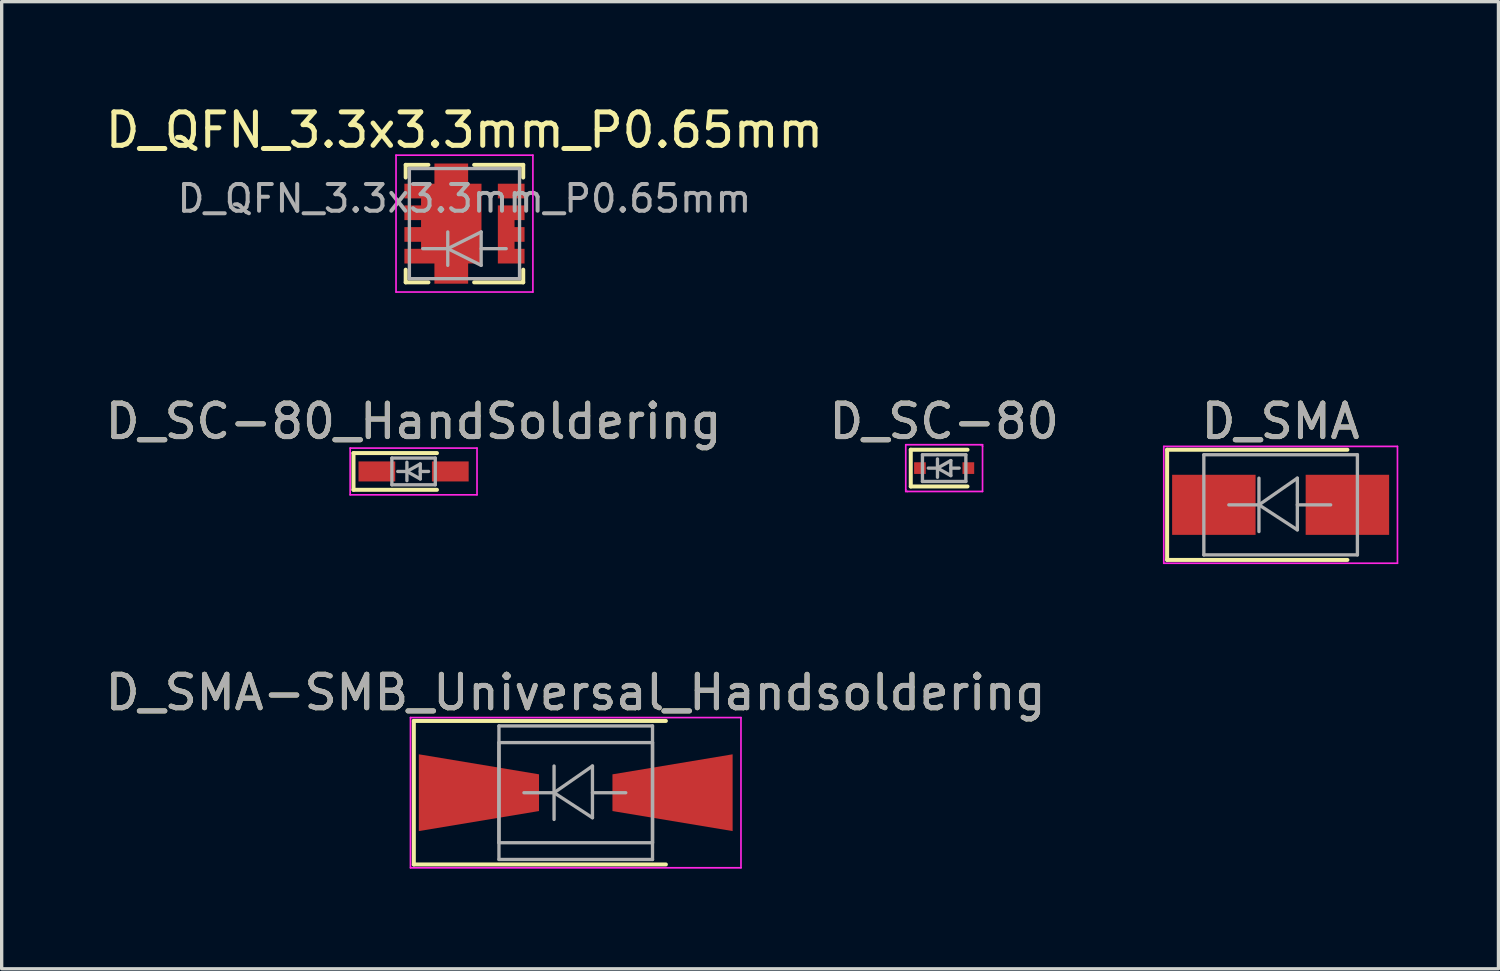
<source format=kicad_pcb>
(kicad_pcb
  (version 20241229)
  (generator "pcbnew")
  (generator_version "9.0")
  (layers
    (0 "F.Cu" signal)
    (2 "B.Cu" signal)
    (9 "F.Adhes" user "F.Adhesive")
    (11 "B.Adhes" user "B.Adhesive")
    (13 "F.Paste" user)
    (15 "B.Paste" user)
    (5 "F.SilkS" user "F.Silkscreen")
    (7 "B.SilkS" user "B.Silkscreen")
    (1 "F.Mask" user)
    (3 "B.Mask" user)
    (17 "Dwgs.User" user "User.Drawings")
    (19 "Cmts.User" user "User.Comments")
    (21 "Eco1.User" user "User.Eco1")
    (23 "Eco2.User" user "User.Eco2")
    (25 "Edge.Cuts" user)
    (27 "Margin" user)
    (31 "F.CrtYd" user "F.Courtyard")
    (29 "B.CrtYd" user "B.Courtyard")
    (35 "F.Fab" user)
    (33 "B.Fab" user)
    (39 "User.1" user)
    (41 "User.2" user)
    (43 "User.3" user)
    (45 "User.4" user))
  (footprint "D_QFN_3.3x3.3mm_P0.65mm"
    (layer "F.Cu")
    (at 10.863 3.648)
    (property "Reference" "D_QFN_3.3x3.3mm_P0.65mm" (at 0 -2.8 0) (layer "F.SilkS") (effects (font (size 1 1) (thickness 0.15))))
    (attr smd)
    (fp_line (start -1.76 -1.76) (end -1.76 -1.38) (stroke (width 0.12) (type solid)) (layer "F.SilkS"))
    (fp_line (start -1.76 -1.76) (end -1.08 -1.76) (stroke (width 0.12) (type solid)) (layer "F.SilkS"))
    (fp_line (start -1.76 1.76) (end -1.76 1.38) (stroke (width 0.12) (type solid)) (layer "F.SilkS"))
    (fp_line (start -1.76 1.76) (end -1.08 1.76) (stroke (width 0.12) (type solid)) (layer "F.SilkS"))
    (fp_line (start 0.29 -1.76) (end 1.76 -1.76) (stroke (width 0.12) (type solid)) (layer "F.SilkS"))
    (fp_line (start 0.29 1.76) (end 1.76 1.76) (stroke (width 0.12) (type solid)) (layer "F.SilkS"))
    (fp_line (start 1.76 -1.76) (end 1.76 -1.38) (stroke (width 0.12) (type solid)) (layer "F.SilkS"))
    (fp_line (start 1.76 1.76) (end 1.76 1.38) (stroke (width 0.12) (type solid)) (layer "F.SilkS"))
    (fp_line (start -2.05 -2.05) (end 2.05 -2.05) (stroke (width 0.05) (type solid)) (layer "F.CrtYd"))
    (fp_line (start -2.05 2.05) (end -2.05 -2.05) (stroke (width 0.05) (type solid)) (layer "F.CrtYd"))
    (fp_line (start -2.05 2.05) (end 2.05 2.05) (stroke (width 0.05) (type solid)) (layer "F.CrtYd"))
    (fp_line (start 2.05 2.05) (end 2.05 -2.05) (stroke (width 0.05) (type solid)) (layer "F.CrtYd"))
    (fp_line (start -1.65 -1.65) (end 1.65 -1.65) (stroke (width 0.1) (type solid)) (layer "F.Fab"))
    (fp_line (start -1.65 1.65) (end -1.65 -1.65) (stroke (width 0.1) (type solid)) (layer "F.Fab"))
    (fp_line (start -0.5 0.25) (end -0.5 1.25) (stroke (width 0.1) (type solid)) (layer "F.Fab"))
    (fp_line (start -0.5 0.75) (end -1.25 0.75) (stroke (width 0.1) (type solid)) (layer "F.Fab"))
    (fp_line (start -0.5 0.75) (end 0.5 0.25) (stroke (width 0.1) (type solid)) (layer "F.Fab"))
    (fp_line (start 0.5 0.25) (end 0.5 1.25) (stroke (width 0.1) (type solid)) (layer "F.Fab"))
    (fp_line (start 0.5 0.75) (end 1.25 0.75) (stroke (width 0.1) (type solid)) (layer "F.Fab"))
    (fp_line (start 0.5 1.25) (end -0.5 0.75) (stroke (width 0.1) (type solid)) (layer "F.Fab"))
    (fp_line (start 1.65 -1.65) (end 1.65 1.65) (stroke (width 0.1) (type solid)) (layer "F.Fab"))
    (fp_line (start 1.65 1.65) (end -1.65 1.65) (stroke (width 0.1) (type solid)) (layer "F.Fab"))
    (fp_text user "${REFERENCE}" (at 0 -0.75 0) (layer "F.Fab") (effects (font (size 0.8 0.8) (thickness 0.12))))
    (pad "" smd rect (at 1.4 -0.975) (size 0.8 0.44) (layers "F.Cu" "F.Mask" "F.Paste"))
    (pad "1" smd custom (at -0.645 0) (size 0.5 0.5) (layers "F.Cu" "F.Mask" "F.Paste") (options (anchor rect)) (primitives (gr_poly (pts (xy 0.755 -1.195) (xy 1.155 -1.195) (xy 1.155 1.195) (xy 0.755 1.195) (xy 0.755 1.8) (xy -0.255 1.8) (xy -0.255 1.195) (xy -1.155 1.195) (xy -1.155 0.755) (xy -0.655 0.755) (xy -0.655 0.545) (xy -1.155 0.545) (xy -1.155 0.105) (xy -0.655 0.105) (xy -0.655 -0.105) (xy -1.155 -0.105) (xy -1.155 -0.545) (xy -0.655 -0.545) (xy -0.655 -0.755) (xy -1.155 -0.755) (xy -1.155 -1.195) (xy -0.255 -1.195) (xy -0.255 -1.8) (xy 0.755 -1.8)) (width 0) (fill yes))))
    (pad "2" smd custom (at 1.4 0.325) (size 0.4 0.4) (layers "F.Cu" "F.Mask" "F.Paste") (options (anchor rect)) (primitives (gr_poly (pts (xy 0.4 -0.43) (xy 0.1 -0.43) (xy 0.1 -0.22) (xy 0.4 -0.22) (xy 0.4 0.22) (xy 0.1 0.22) (xy 0.1 0.43) (xy 0.4 0.43) (xy 0.4 0.87) (xy -0.4 0.87) (xy -0.4 -0.87) (xy 0.4 -0.87)) (width 0) (fill yes)))))
  (footprint "D_SMA"
    (layer "F.Cu")
    (at 35.311 12.072)
    (property "Reference" "D_SMA" (at 0 -2.5 0) (layer "F.SilkS") (effects (font (size 1 1) (thickness 0.15))))
    (attr smd)
    (fp_line (start -3.4 -1.65) (end -3.4 1.65) (stroke (width 0.12) (type solid)) (layer "F.SilkS"))
    (fp_line (start -3.4 -1.65) (end 2 -1.65) (stroke (width 0.12) (type solid)) (layer "F.SilkS"))
    (fp_line (start -3.4 1.65) (end 2 1.65) (stroke (width 0.12) (type solid)) (layer "F.SilkS"))
    (fp_line (start -3.5 -1.75) (end 3.5 -1.75) (stroke (width 0.05) (type solid)) (layer "F.CrtYd"))
    (fp_line (start -3.5 1.75) (end -3.5 -1.75) (stroke (width 0.05) (type solid)) (layer "F.CrtYd"))
    (fp_line (start 3.5 -1.75) (end 3.5 1.75) (stroke (width 0.05) (type solid)) (layer "F.CrtYd"))
    (fp_line (start 3.5 1.75) (end -3.5 1.75) (stroke (width 0.05) (type solid)) (layer "F.CrtYd"))
    (fp_line (start -2.3 1.5) (end -2.3 -1.5) (stroke (width 0.1) (type solid)) (layer "F.Fab"))
    (fp_line (start -0.649 -0.799) (end -0.649 0.801) (stroke (width 0.1) (type solid)) (layer "F.Fab"))
    (fp_line (start -0.649 0.001) (end -1.551 0.001) (stroke (width 0.1) (type solid)) (layer "F.Fab"))
    (fp_line (start -0.649 0.001) (end 0.501 -0.799) (stroke (width 0.1) (type solid)) (layer "F.Fab"))
    (fp_line (start -0.649 0.001) (end 0.501 0.75) (stroke (width 0.1) (type solid)) (layer "F.Fab"))
    (fp_line (start 0.501 0.001) (end 1.499 0.001) (stroke (width 0.1) (type solid)) (layer "F.Fab"))
    (fp_line (start 0.501 0.75) (end 0.501 -0.799) (stroke (width 0.1) (type solid)) (layer "F.Fab"))
    (fp_line (start 2.3 -1.5) (end -2.3 -1.5) (stroke (width 0.1) (type solid)) (layer "F.Fab"))
    (fp_line (start 2.3 -1.5) (end 2.3 1.5) (stroke (width 0.1) (type solid)) (layer "F.Fab"))
    (fp_line (start 2.3 1.5) (end -2.3 1.5) (stroke (width 0.1) (type solid)) (layer "F.Fab"))
    (fp_text user "${REFERENCE}" (at 0 -2.5 0) (layer "F.Fab") (effects (font (size 1 1) (thickness 0.15))))
    (pad "1" smd rect (at -2 0) (size 2.5 1.8) (layers "F.Cu" "F.Mask" "F.Paste"))
    (pad "2" smd rect (at 2 0) (size 2.5 1.8) (layers "F.Cu" "F.Mask" "F.Paste")))
  (footprint "D_SMA-SMB_Universal_Handsoldering"
    (layer "F.Cu")
    (at 14.196 20.695)
    (property "Reference" "D_SMA-SMB_Universal_Handsoldering" (at 0 -3 0) (layer "F.SilkS") (effects (font (size 1 1) (thickness 0.15))))
    (attr smd)
    (fp_line (start -4.85 -2.15) (end -4.85 2.15) (stroke (width 0.12) (type solid)) (layer "F.SilkS"))
    (fp_line (start -4.85 -2.15) (end 2.7 -2.15) (stroke (width 0.12) (type solid)) (layer "F.SilkS"))
    (fp_line (start -4.85 2.15) (end 2.7 2.15) (stroke (width 0.12) (type solid)) (layer "F.SilkS"))
    (fp_line (start -4.95 -2.25) (end 4.95 -2.25) (stroke (width 0.05) (type solid)) (layer "F.CrtYd"))
    (fp_line (start -4.95 2.25) (end -4.95 -2.25) (stroke (width 0.05) (type solid)) (layer "F.CrtYd"))
    (fp_line (start 4.95 -2.25) (end 4.95 2.25) (stroke (width 0.05) (type solid)) (layer "F.CrtYd"))
    (fp_line (start 4.95 2.25) (end -4.95 2.25) (stroke (width 0.05) (type solid)) (layer "F.CrtYd"))
    (fp_line (start -2.3 1.5) (end -2.3 -1.5) (stroke (width 0.1) (type solid)) (layer "F.Fab"))
    (fp_line (start -2.3 2) (end -2.3 -2) (stroke (width 0.1) (type solid)) (layer "F.Fab"))
    (fp_line (start -0.649 -0.799) (end -0.649 0.801) (stroke (width 0.1) (type solid)) (layer "F.Fab"))
    (fp_line (start -0.649 0.001) (end -1.551 0.001) (stroke (width 0.1) (type solid)) (layer "F.Fab"))
    (fp_line (start -0.649 0.001) (end 0.501 -0.799) (stroke (width 0.1) (type solid)) (layer "F.Fab"))
    (fp_line (start -0.649 0.001) (end 0.501 0.75) (stroke (width 0.1) (type solid)) (layer "F.Fab"))
    (fp_line (start 0.501 0.001) (end 1.499 0.001) (stroke (width 0.1) (type solid)) (layer "F.Fab"))
    (fp_line (start 0.501 0.75) (end 0.501 -0.799) (stroke (width 0.1) (type solid)) (layer "F.Fab"))
    (fp_line (start 2.3 -2) (end -2.3 -2) (stroke (width 0.1) (type solid)) (layer "F.Fab"))
    (fp_line (start 2.3 -2) (end 2.3 2) (stroke (width 0.1) (type solid)) (layer "F.Fab"))
    (fp_line (start 2.3 -1.5) (end -2.3 -1.5) (stroke (width 0.1) (type solid)) (layer "F.Fab"))
    (fp_line (start 2.3 -1.5) (end 2.3 1.5) (stroke (width 0.1) (type solid)) (layer "F.Fab"))
    (fp_line (start 2.3 1.5) (end -2.3 1.5) (stroke (width 0.1) (type solid)) (layer "F.Fab"))
    (fp_line (start 2.3 2) (end -2.3 2) (stroke (width 0.1) (type solid)) (layer "F.Fab"))
    (fp_text user "${REFERENCE}" (at 0 -3 0) (layer "F.Fab") (effects (font (size 1 1) (thickness 0.15))))
    (pad "1" smd trapezoid (at -2.9 0) (size 3.6 1.7) (rect_delta 0.6 0) (layers "F.Cu" "F.Mask" "F.Paste"))
    (pad "2" smd trapezoid (at 2.9 0 180) (size 3.6 1.7) (rect_delta 0.6 0) (layers "F.Cu" "F.Mask" "F.Paste")))
  (footprint "D_SC-80"
    (layer "F.Cu")
    (at 25.232 10.972)
    (property "Reference" "D_SC-80" (at 0 -1.4 0) (layer "F.SilkS") (effects (font (size 1 1) (thickness 0.15))))
    (attr smd)
    (fp_line (start -1 -0.55) (end -1 0.55) (stroke (width 0.12) (type solid)) (layer "F.SilkS"))
    (fp_line (start -1 0.55) (end 0.7 0.55) (stroke (width 0.12) (type solid)) (layer "F.SilkS"))
    (fp_line (start 0.7 -0.55) (end -1 -0.55) (stroke (width 0.12) (type solid)) (layer "F.SilkS"))
    (fp_line (start -1.15 -0.7) (end 1.1 -0.7) (stroke (width 0.05) (type solid)) (layer "F.CrtYd"))
    (fp_line (start -1.15 0.65) (end -1.15 -0.7) (stroke (width 0.05) (type solid)) (layer "F.CrtYd"))
    (fp_line (start -1.15 0.65) (end -1.15 0.7) (stroke (width 0.05) (type solid)) (layer "F.CrtYd"))
    (fp_line (start -1.15 0.7) (end -1.1 0.7) (stroke (width 0.05) (type solid)) (layer "F.CrtYd"))
    (fp_line (start 1.1 -0.7) (end 1.15 -0.7) (stroke (width 0.05) (type solid)) (layer "F.CrtYd"))
    (fp_line (start 1.15 -0.7) (end 1.15 -0.65) (stroke (width 0.05) (type solid)) (layer "F.CrtYd"))
    (fp_line (start 1.15 -0.65) (end 1.15 0.7) (stroke (width 0.05) (type solid)) (layer "F.CrtYd"))
    (fp_line (start 1.15 0.7) (end -1.1 0.7) (stroke (width 0.05) (type solid)) (layer "F.CrtYd"))
    (fp_line (start -0.65 -0.4) (end 0.65 -0.4) (stroke (width 0.1) (type solid)) (layer "F.Fab"))
    (fp_line (start -0.65 0.4) (end -0.65 -0.4) (stroke (width 0.1) (type solid)) (layer "F.Fab"))
    (fp_line (start -0.2 -0.275) (end -0.2 0.275) (stroke (width 0.1) (type solid)) (layer "F.Fab"))
    (fp_line (start -0.2 0) (end -0.475 0) (stroke (width 0.1) (type solid)) (layer "F.Fab"))
    (fp_line (start -0.2 0) (end 0.2 -0.225) (stroke (width 0.1) (type solid)) (layer "F.Fab"))
    (fp_line (start 0.2 -0.225) (end 0.2 0.225) (stroke (width 0.1) (type solid)) (layer "F.Fab"))
    (fp_line (start 0.2 0) (end 0.45 0) (stroke (width 0.1) (type solid)) (layer "F.Fab"))
    (fp_line (start 0.2 0.225) (end -0.2 0) (stroke (width 0.1) (type solid)) (layer "F.Fab"))
    (fp_line (start 0.65 -0.4) (end 0.65 0.4) (stroke (width 0.1) (type solid)) (layer "F.Fab"))
    (fp_line (start 0.65 0.4) (end -0.65 0.4) (stroke (width 0.1) (type solid)) (layer "F.Fab"))
    (fp_text user "${REFERENCE}" (at 0 -1.4 0) (layer "F.Fab") (effects (font (size 1 1) (thickness 0.15))))
    (pad "1" smd rect (at -0.725 0) (size 0.35 0.35) (layers "F.Cu" "F.Mask" "F.Paste"))
    (pad "2" smd rect (at 0.725 0) (size 0.35 0.35) (layers "F.Cu" "F.Mask" "F.Paste")))
  (footprint "D_SC-80_HandSoldering"
    (layer "F.Cu")
    (at 9.339 11.072)
    (property "Reference" "D_SC-80_HandSoldering" (at 0 -1.5 0) (layer "F.SilkS") (effects (font (size 1 1) (thickness 0.15))))
    (attr smd)
    (fp_line (start -1.8 -0.55) (end -1.8 0.55) (stroke (width 0.12) (type solid)) (layer "F.SilkS"))
    (fp_line (start -1.8 -0.55) (end 0.7 -0.55) (stroke (width 0.12) (type solid)) (layer "F.SilkS"))
    (fp_line (start -1.8 0.55) (end 0.7 0.55) (stroke (width 0.12) (type solid)) (layer "F.SilkS"))
    (fp_line (start -1.9 0.7) (end -1.9 -0.7) (stroke (width 0.05) (type solid)) (layer "F.CrtYd"))
    (fp_line (start -1.9 0.7) (end 1.9 0.7) (stroke (width 0.05) (type solid)) (layer "F.CrtYd"))
    (fp_line (start 1.9 -0.7) (end -1.9 -0.7) (stroke (width 0.05) (type solid)) (layer "F.CrtYd"))
    (fp_line (start 1.9 -0.7) (end 1.9 0.7) (stroke (width 0.05) (type solid)) (layer "F.CrtYd"))
    (fp_line (start -0.65 -0.4) (end 0.65 -0.4) (stroke (width 0.1) (type solid)) (layer "F.Fab"))
    (fp_line (start -0.65 0.4) (end -0.65 -0.4) (stroke (width 0.1) (type solid)) (layer "F.Fab"))
    (fp_line (start -0.2 -0.275) (end -0.2 0.275) (stroke (width 0.1) (type solid)) (layer "F.Fab"))
    (fp_line (start -0.2 0) (end -0.475 0) (stroke (width 0.1) (type solid)) (layer "F.Fab"))
    (fp_line (start -0.2 0) (end 0.2 -0.225) (stroke (width 0.1) (type solid)) (layer "F.Fab"))
    (fp_line (start 0.2 -0.225) (end 0.2 0.225) (stroke (width 0.1) (type solid)) (layer "F.Fab"))
    (fp_line (start 0.2 0) (end 0.45 0) (stroke (width 0.1) (type solid)) (layer "F.Fab"))
    (fp_line (start 0.2 0.225) (end -0.2 0) (stroke (width 0.1) (type solid)) (layer "F.Fab"))
    (fp_line (start 0.65 -0.4) (end 0.65 0.4) (stroke (width 0.1) (type solid)) (layer "F.Fab"))
    (fp_line (start 0.65 0.4) (end -0.65 0.4) (stroke (width 0.1) (type solid)) (layer "F.Fab"))
    (fp_text user "${REFERENCE}" (at 0 -1.5 0) (layer "F.Fab") (effects (font (size 1 1) (thickness 0.15))))
    (pad "1" smd rect (at -1.1 0) (size 1.1 0.6) (layers "F.Cu" "F.Mask" "F.Paste"))
    (pad "2" smd rect (at 1.1 0) (size 1.1 0.6) (layers "F.Cu" "F.Mask" "F.Paste")))
  (gr_rect
    (start -3 -3)
    (end 41.836 25.97)
    (stroke (width 0.1) (type default))
    (fill no)
    (layer "Edge.Cuts")))
</source>
